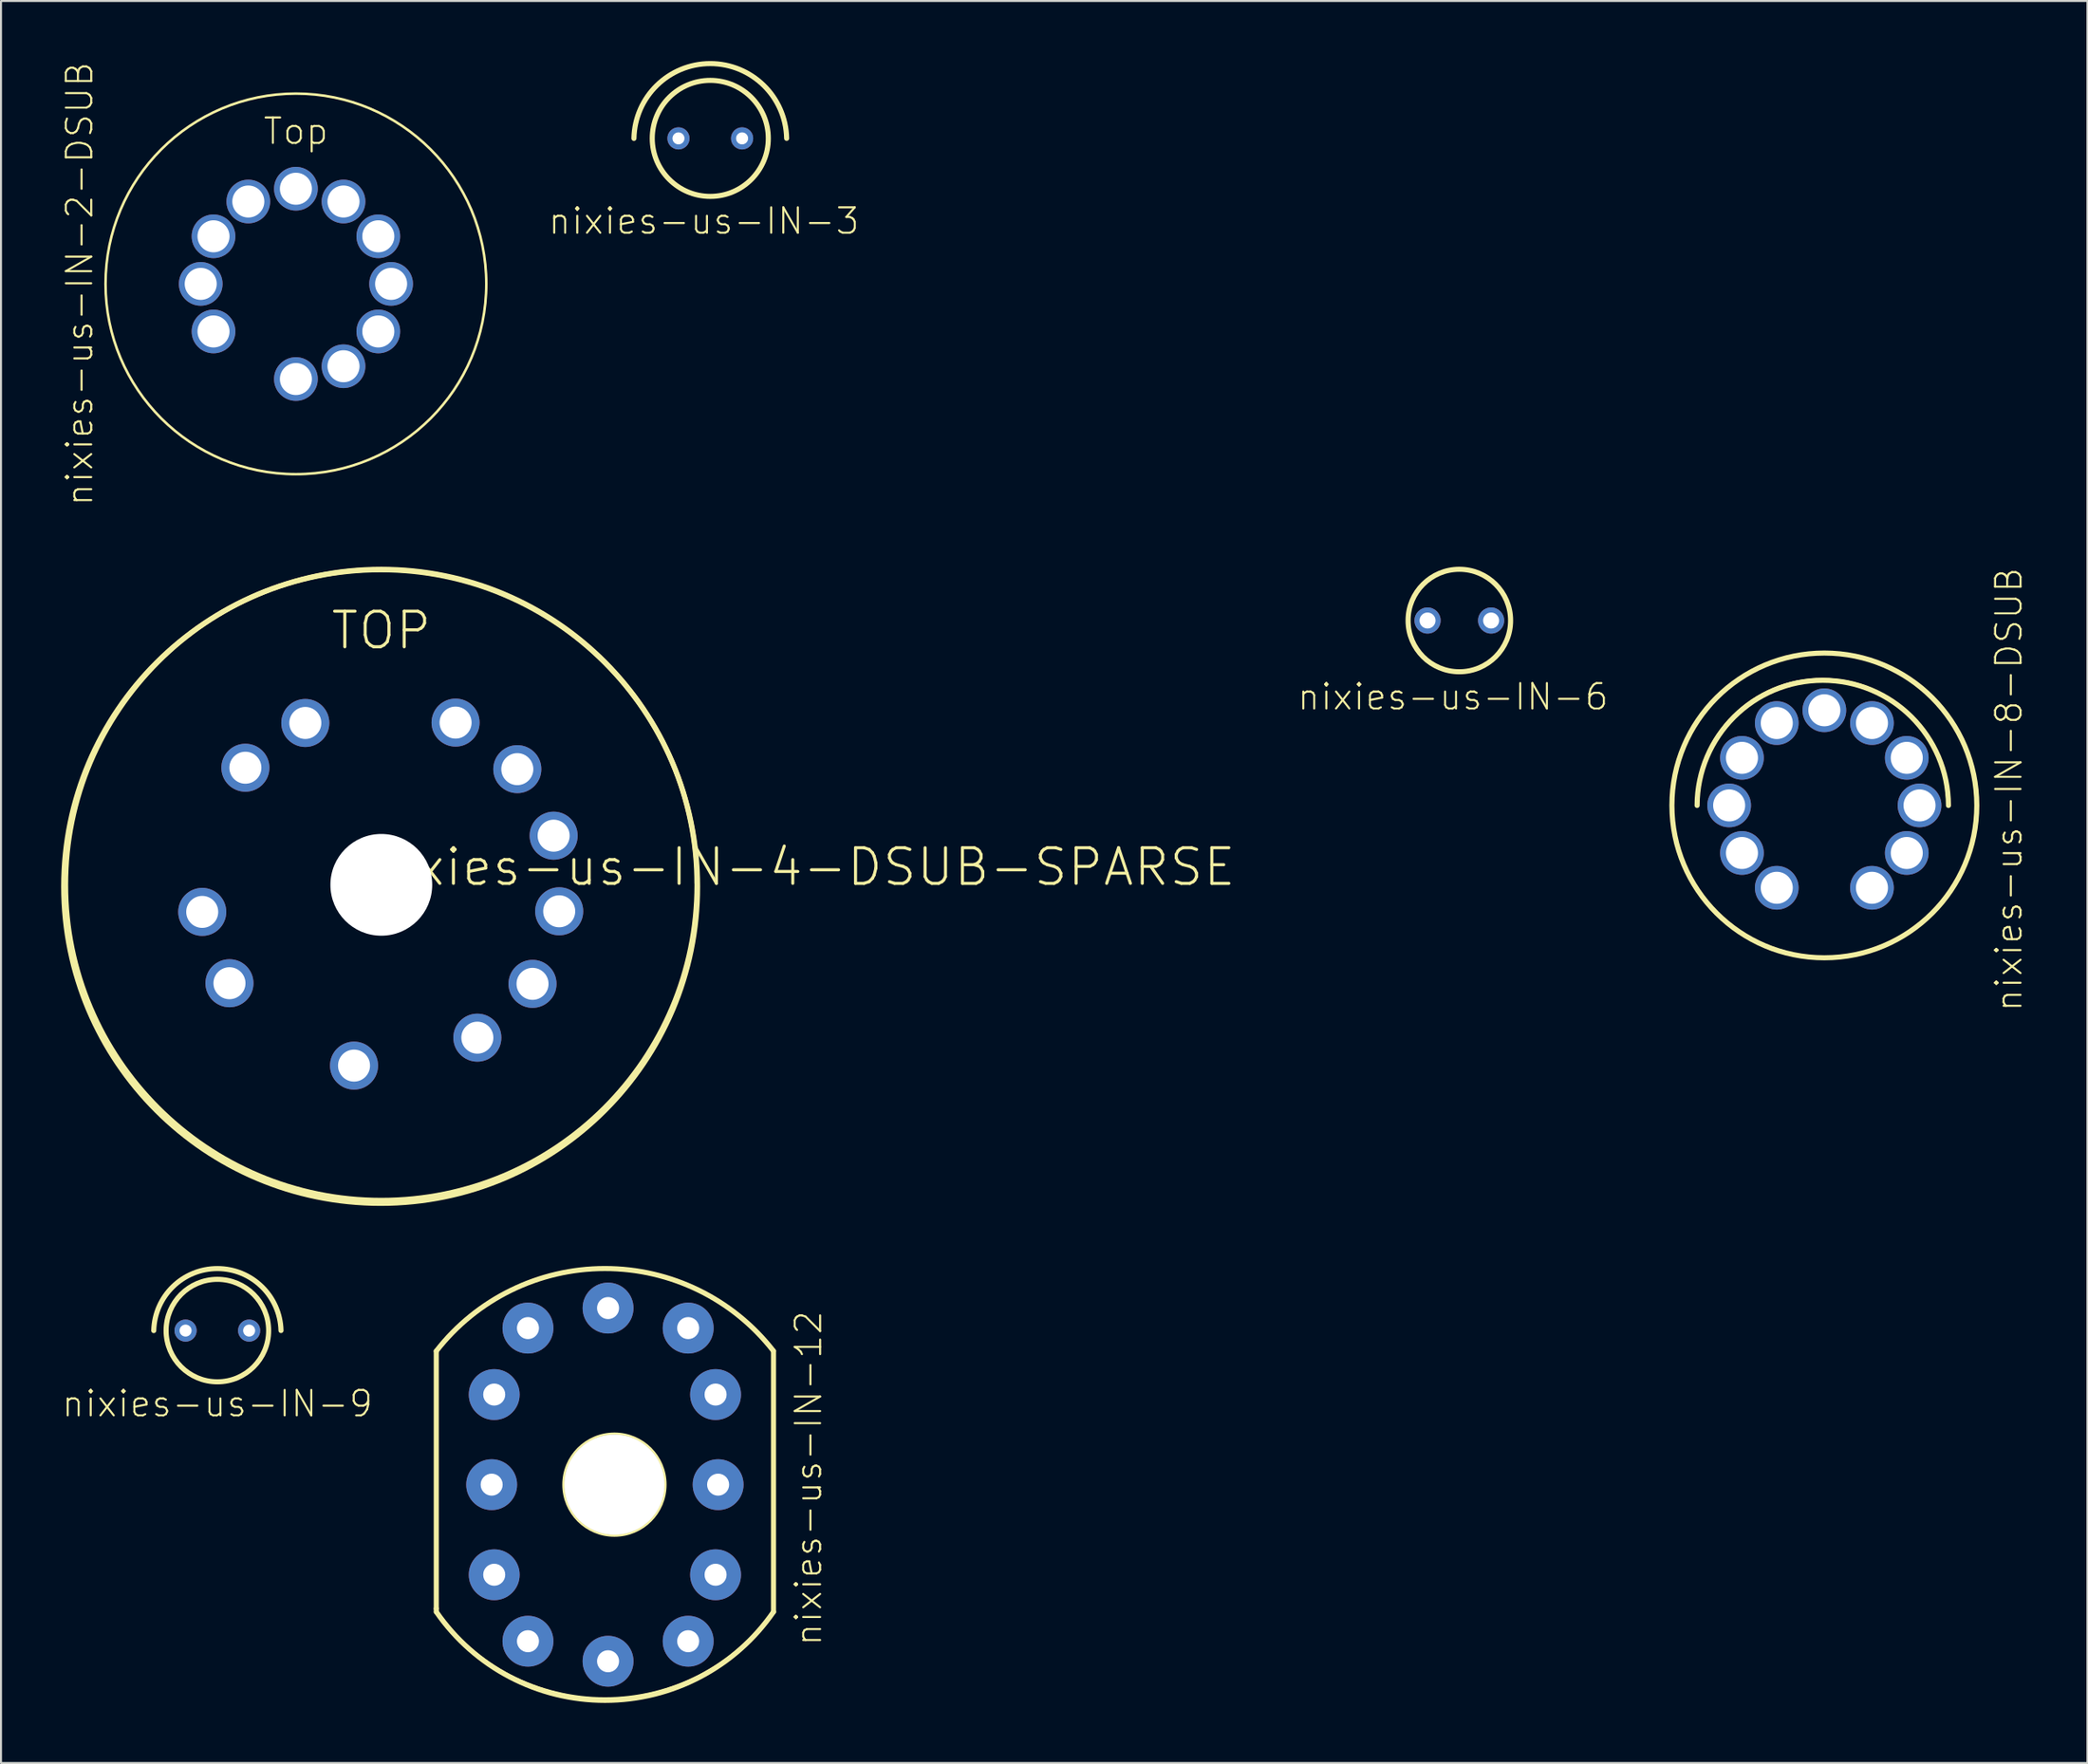
<source format=kicad_pcb>
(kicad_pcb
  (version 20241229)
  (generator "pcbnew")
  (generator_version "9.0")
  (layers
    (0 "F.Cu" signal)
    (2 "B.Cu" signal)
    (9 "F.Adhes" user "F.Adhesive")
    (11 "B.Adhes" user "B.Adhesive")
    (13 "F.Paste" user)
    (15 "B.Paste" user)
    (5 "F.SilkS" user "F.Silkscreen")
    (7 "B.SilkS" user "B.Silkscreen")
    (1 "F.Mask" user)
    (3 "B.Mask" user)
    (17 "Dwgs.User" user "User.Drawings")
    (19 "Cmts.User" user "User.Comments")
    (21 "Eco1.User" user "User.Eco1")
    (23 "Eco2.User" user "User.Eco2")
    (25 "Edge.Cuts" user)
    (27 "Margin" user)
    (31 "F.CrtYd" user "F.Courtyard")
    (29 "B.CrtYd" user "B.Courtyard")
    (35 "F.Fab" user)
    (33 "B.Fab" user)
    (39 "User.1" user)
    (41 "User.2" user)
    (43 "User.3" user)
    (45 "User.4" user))
  (footprint "nixies-us-IN-6"
    (layer "F.Cu")
    (at 69.771 27.93)
    (property "Reference" "nixies-us-IN-6" (at -0.318 3.81 180) (layer "F.SilkS") (effects (font (size 1.27 1.27) (thickness 0.102))))
    (attr exclude_from_pos_files exclude_from_bom)
    (fp_circle (center 0 0) (end 0 -2.558) (stroke (width 0.254) (type solid)) (fill no) (layer "F.SilkS"))
    (pad "A" thru_hole circle (at -1.587 0) (size 1.306 1.306) (drill 0.798) (layers "*.Cu" "*.Mask"))
    (pad "K" thru_hole circle (at 1.585 0) (size 1.306 1.306) (drill 0.798) (layers "*.Cu" "*.Mask")))
  (footprint "nixies-us-IN-9"
    (layer "F.Cu")
    (at 7.797 63.38)
    (property "Reference" "nixies-us-IN-9" (at 0 3.65 0) (layer "F.SilkS") (effects (font (size 1.27 1.27) (thickness 0.102))))
    (attr exclude_from_pos_files exclude_from_bom)
    (fp_arc (start -3.175 0) (mid -0.001627 -3.097236) (end 3.174918 -0.003253) (stroke (width 0.254) (type solid)) (layer "F.SilkS"))
    (fp_circle (center 0 0) (end 0 -2.558) (stroke (width 0.254) (type solid)) (fill no) (layer "F.SilkS"))
    (pad "A" thru_hole circle (at -1.587 0) (size 1.107 1.107) (drill 0.599) (layers "*.Cu" "*.Mask"))
    (pad "K" thru_hole circle (at 1.585 0) (size 1.107 1.107) (drill 0.599) (layers "*.Cu" "*.Mask")))
  (footprint "nixies-us-IN-4-DSUB-SPARSE"
    (layer "F.Cu")
    (at 15.977 41.126)
    (property "Reference" "nixies-us-IN-4-DSUB-SPARSE" (at 20.955 -0.889 0) (layer "F.SilkS") (effects (font (size 1.778 1.778) (thickness 0.152))))
    (attr exclude_from_pos_files exclude_from_bom)
    (fp_circle (center 0 0) (end 0 -2.54) (stroke (width 0.025) (type solid)) (fill no) (layer "F.Mask"))
    (fp_circle (center 0 0) (end 0 -1.27) (stroke (width 2.54) (type solid)) (fill no) (layer "F.Mask"))
    (fp_circle (center 0 0) (end 0 -1.27) (stroke (width 2.54) (type solid)) (fill no) (layer "B.Mask"))
    (fp_circle (center -0.033 0.086) (end -0.033 -15.73) (stroke (width 0.254) (type solid)) (fill no) (layer "F.SilkS"))
    (fp_circle (center 0 0) (end 0 -15.753) (stroke (width 0.254) (type solid)) (fill no) (layer "F.SilkS"))
    (fp_text user "TOP" (at 0 -12.7 0) (layer "F.SilkS") (effects (font (size 1.778 1.778) (thickness 0.152))))
    (pad "" np_thru_hole circle (at 0 0) (size 5.08 5.08) (drill 5.08) (layers "*.Cu" "*.Mask"))
    (pad "0" thru_hole circle (at -3.792 -8.082) (size 2.398 2.398) (drill 1.598) (layers "*.Cu" "*.Mask"))
    (pad "1" thru_hole circle (at -1.361 9.025) (size 2.398 2.398) (drill 1.598) (layers "*.Cu" "*.Mask"))
    (pad "2" thru_hole circle (at -6.782 -5.847) (size 2.398 2.398) (drill 1.598) (layers "*.Cu" "*.Mask"))
    (pad "3" thru_hole circle (at -8.936 1.351) (size 2.398 2.398) (drill 1.598) (layers "*.Cu" "*.Mask"))
    (pad "4" thru_hole circle (at 4.793 7.63) (size 2.398 2.398) (drill 1.598) (layers "*.Cu" "*.Mask"))
    (pad "5" thru_hole circle (at -7.577 4.912) (size 2.398 2.398) (drill 1.598) (layers "*.Cu" "*.Mask"))
    (pad "6" thru_hole circle (at 7.546 4.943) (size 2.398 2.398) (drill 1.598) (layers "*.Cu" "*.Mask"))
    (pad "7" thru_hole circle (at 3.706 -8.1) (size 2.398 2.398) (drill 1.598) (layers "*.Cu" "*.Mask"))
    (pad "8" thru_hole circle (at 8.877 1.321) (size 2.398 2.398) (drill 1.598) (layers "*.Cu" "*.Mask"))
    (pad "9" thru_hole circle (at 6.787 -5.776) (size 2.398 2.398) (drill 1.598) (layers "*.Cu" "*.Mask"))
    (pad "A3" thru_hole circle (at 8.6 -2.454) (size 2.398 2.398) (drill 1.598) (layers "*.Cu" "*.Mask")))
  (footprint "nixies-us-IN-8-DSUB"
    (layer "F.Cu")
    (at 87.985 37.161)
    (property "Reference" "nixies-us-IN-8-DSUB" (at 9.207 -0.792 90) (layer "F.SilkS") (effects (font (size 1.27 1.27) (thickness 0.102))))
    (attr exclude_from_pos_files exclude_from_bom)
    (fp_arc (start -6.35762 -0.08636) (mid -0.094355 -6.319533) (end 6.144282 -0.06171) (stroke (width 0.127) (type solid)) (layer "F.SilkS"))
    (fp_arc (start -6.35 0) (mid -0.07874 -6.27126) (end 6.19252 0) (stroke (width 0.254) (type solid)) (layer "F.SilkS"))
    (fp_circle (center 0 0) (end 0 -7.62) (stroke (width 0.127) (type solid)) (fill no) (layer "F.SilkS"))
    (fp_circle (center 0 0) (end 0 -7.607) (stroke (width 0.254) (type solid)) (fill no) (layer "F.SilkS"))
    (pad "0" thru_hole circle (at -4.112 2.375) (size 2.182 2.182) (drill 1.598) (layers "*.Cu" "*.Mask"))
    (pad "1" thru_hole circle (at 2.375 4.112) (size 2.182 2.182) (drill 1.598) (layers "*.Cu" "*.Mask"))
    (pad "2" thru_hole circle (at 4.112 2.375) (size 2.182 2.182) (drill 1.598) (layers "*.Cu" "*.Mask"))
    (pad "3" thru_hole circle (at 4.75 0) (size 2.182 2.182) (drill 1.598) (layers "*.Cu" "*.Mask"))
    (pad "4" thru_hole circle (at 4.112 -2.375) (size 2.182 2.182) (drill 1.598) (layers "*.Cu" "*.Mask"))
    (pad "5" thru_hole circle (at 2.375 -4.112) (size 2.182 2.182) (drill 1.598) (layers "*.Cu" "*.Mask"))
    (pad "6" thru_hole circle (at 0 -4.75) (size 2.182 2.182) (drill 1.598) (layers "*.Cu" "*.Mask"))
    (pad "7" thru_hole circle (at -2.375 -4.112) (size 2.182 2.182) (drill 1.598) (layers "*.Cu" "*.Mask"))
    (pad "8" thru_hole circle (at -4.112 -2.375) (size 2.182 2.182) (drill 1.598) (layers "*.Cu" "*.Mask"))
    (pad "9" thru_hole circle (at -4.75 0) (size 2.182 2.182) (drill 1.598) (layers "*.Cu" "*.Mask"))
    (pad "A" thru_hole circle (at -2.375 4.112) (size 2.182 2.182) (drill 1.598) (layers "*.Cu" "*.Mask")))
  (footprint "nixies-us-IN-2-DSUB"
    (layer "F.Cu")
    (at 11.716 11.123)
    (property "Reference" "nixies-us-IN-2-DSUB" (at -10.795 0 270) (layer "F.SilkS") (effects (font (size 1.27 1.27) (thickness 0.102))))
    (attr exclude_from_pos_files exclude_from_bom)
    (fp_circle (center 0 0) (end 0 -9.5) (stroke (width 0.127) (type solid)) (fill no) (layer "F.SilkS"))
    (fp_text user "Top" (at 0 -7.62 0) (layer "F.SilkS") (effects (font (size 1.27 1.27) (thickness 0.102))))
    (pad "0" thru_hole circle (at -4.75 0) (size 2.182 2.182) (drill 1.598) (layers "*.Cu" "*.Mask"))
    (pad "1" thru_hole circle (at 0 4.75) (size 2.182 2.182) (drill 1.598) (layers "*.Cu" "*.Mask"))
    (pad "2" thru_hole circle (at 2.375 4.112) (size 2.182 2.182) (drill 1.598) (layers "*.Cu" "*.Mask"))
    (pad "3" thru_hole circle (at 4.112 2.375) (size 2.182 2.182) (drill 1.598) (layers "*.Cu" "*.Mask"))
    (pad "4" thru_hole circle (at 4.75 0) (size 2.182 2.182) (drill 1.598) (layers "*.Cu" "*.Mask"))
    (pad "5" thru_hole circle (at 4.112 -2.375) (size 2.182 2.182) (drill 1.598) (layers "*.Cu" "*.Mask"))
    (pad "6" thru_hole circle (at 2.375 -4.112) (size 2.182 2.182) (drill 1.598) (layers "*.Cu" "*.Mask"))
    (pad "7" thru_hole circle (at 0 -4.75) (size 2.182 2.182) (drill 1.598) (layers "*.Cu" "*.Mask"))
    (pad "8" thru_hole circle (at -2.375 -4.112) (size 2.182 2.182) (drill 1.598) (layers "*.Cu" "*.Mask"))
    (pad "9" thru_hole circle (at -4.112 -2.375) (size 2.182 2.182) (drill 1.598) (layers "*.Cu" "*.Mask"))
    (pad "A" thru_hole circle (at -4.112 2.375) (size 2.182 2.182) (drill 1.598) (layers "*.Cu" "*.Mask")))
  (footprint "nixies-us-IN-12"
    (layer "F.Cu")
    (at 27.61 71.072)
    (property "Reference" "nixies-us-IN-12" (at 9.682 -0.318 90) (layer "F.SilkS") (effects (font (size 1.27 1.27) (thickness 0.102))))
    (attr exclude_from_pos_files exclude_from_bom)
    (fp_line (start -8.89 6.19) (end -8.89 -6.668) (stroke (width 0.254) (type solid)) (layer "F.SilkS"))
    (fp_line (start -8.89 6.19) (end -8.89 6.35) (stroke (width 0.254) (type solid)) (layer "F.SilkS"))
    (fp_line (start 7.938 -6.668) (end 7.938 6.35) (stroke (width 0.254) (type solid)) (layer "F.SilkS"))
    (fp_arc (start -8.89 -6.6675) (mid -0.483925 -10.789801) (end 7.929063 -6.681627) (stroke (width 0.254) (type solid)) (layer "F.SilkS"))
    (fp_arc (start -8.89 -6.6675) (mid -0.483112 -10.757563) (end 7.929982 -6.680281) (stroke (width 0.127) (type solid)) (layer "F.SilkS"))
    (fp_arc (start 7.9375 6.35) (mid -0.475414 10.677846) (end -8.887964 6.349294) (stroke (width 0.127) (type solid)) (layer "F.SilkS"))
    (fp_arc (start 7.9375 6.35) (mid -0.469135 10.76972) (end -8.880822 6.359623) (stroke (width 0.254) (type solid)) (layer "F.SilkS"))
    (fp_circle (center 0 0) (end 0 -2.54) (stroke (width 0.127) (type solid)) (fill no) (layer "F.SilkS"))
    (pad "" np_thru_hole circle (at 0 0) (size 4.999 4.999) (drill 4.999) (layers "*.Cu" "*.Mask"))
    (pad "0" thru_hole circle (at 5.047 4.498) (size 2.54 2.54) (drill 1.1) (layers "*.Cu" "*.Mask"))
    (pad "1" thru_hole circle (at -4.315 7.816) (size 2.54 2.54) (drill 1.1) (layers "*.Cu" "*.Mask"))
    (pad "2" thru_hole circle (at -5.999 4.498) (size 2.54 2.54) (drill 1.1) (layers "*.Cu" "*.Mask"))
    (pad "3" thru_hole circle (at -6.126 0) (size 2.54 2.54) (drill 1.1) (layers "*.Cu" "*.Mask"))
    (pad "4" thru_hole circle (at -5.999 -4.498) (size 2.54 2.54) (drill 1.1) (layers "*.Cu" "*.Mask"))
    (pad "5" thru_hole circle (at -4.315 -7.816) (size 2.54 2.54) (drill 1.1) (layers "*.Cu" "*.Mask"))
    (pad "6" thru_hole circle (at -0.318 -8.816) (size 2.54 2.54) (drill 1.1) (layers "*.Cu" "*.Mask"))
    (pad "7" thru_hole circle (at 3.68 -7.816) (size 2.54 2.54) (drill 1.1) (layers "*.Cu" "*.Mask"))
    (pad "8" thru_hole circle (at 5.047 -4.498) (size 2.54 2.54) (drill 1.1) (layers "*.Cu" "*.Mask"))
    (pad "9" thru_hole circle (at 5.174 0) (size 2.54 2.54) (drill 1.1) (layers "*.Cu" "*.Mask"))
    (pad "A" thru_hole circle (at 3.68 7.816) (size 2.54 2.54) (drill 1.1) (layers "*.Cu" "*.Mask"))
    (pad "LHDP" thru_hole circle (at -0.318 8.816) (size 2.54 2.54) (drill 1.1) (layers "*.Cu" "*.Mask")))
  (footprint "nixies-us-IN-3"
    (layer "F.Cu")
    (at 32.393 3.859)
    (property "Reference" "nixies-us-IN-3" (at -0.318 4.128 0) (layer "F.SilkS") (effects (font (size 1.27 1.27) (thickness 0.102))))
    (attr exclude_from_pos_files exclude_from_bom)
    (fp_arc (start -3.81 0) (mid -0.001068 -3.732073) (end 3.809955 -0.002135) (stroke (width 0.254) (type solid)) (layer "F.SilkS"))
    (fp_circle (center 0 0) (end 0 -2.896) (stroke (width 0.254) (type solid)) (fill no) (layer "F.SilkS"))
    (pad "A" thru_hole circle (at -1.587 0) (size 1.107 1.107) (drill 0.599) (layers "*.Cu" "*.Mask"))
    (pad "K" thru_hole circle (at 1.587 0) (size 1.107 1.107) (drill 0.599) (layers "*.Cu" "*.Mask")))
  (gr_rect
    (start -3 -3)
    (end 101.113 84.969)
    (stroke (width 0.1) (type default))
    (fill no)
    (layer "Edge.Cuts")))
</source>
